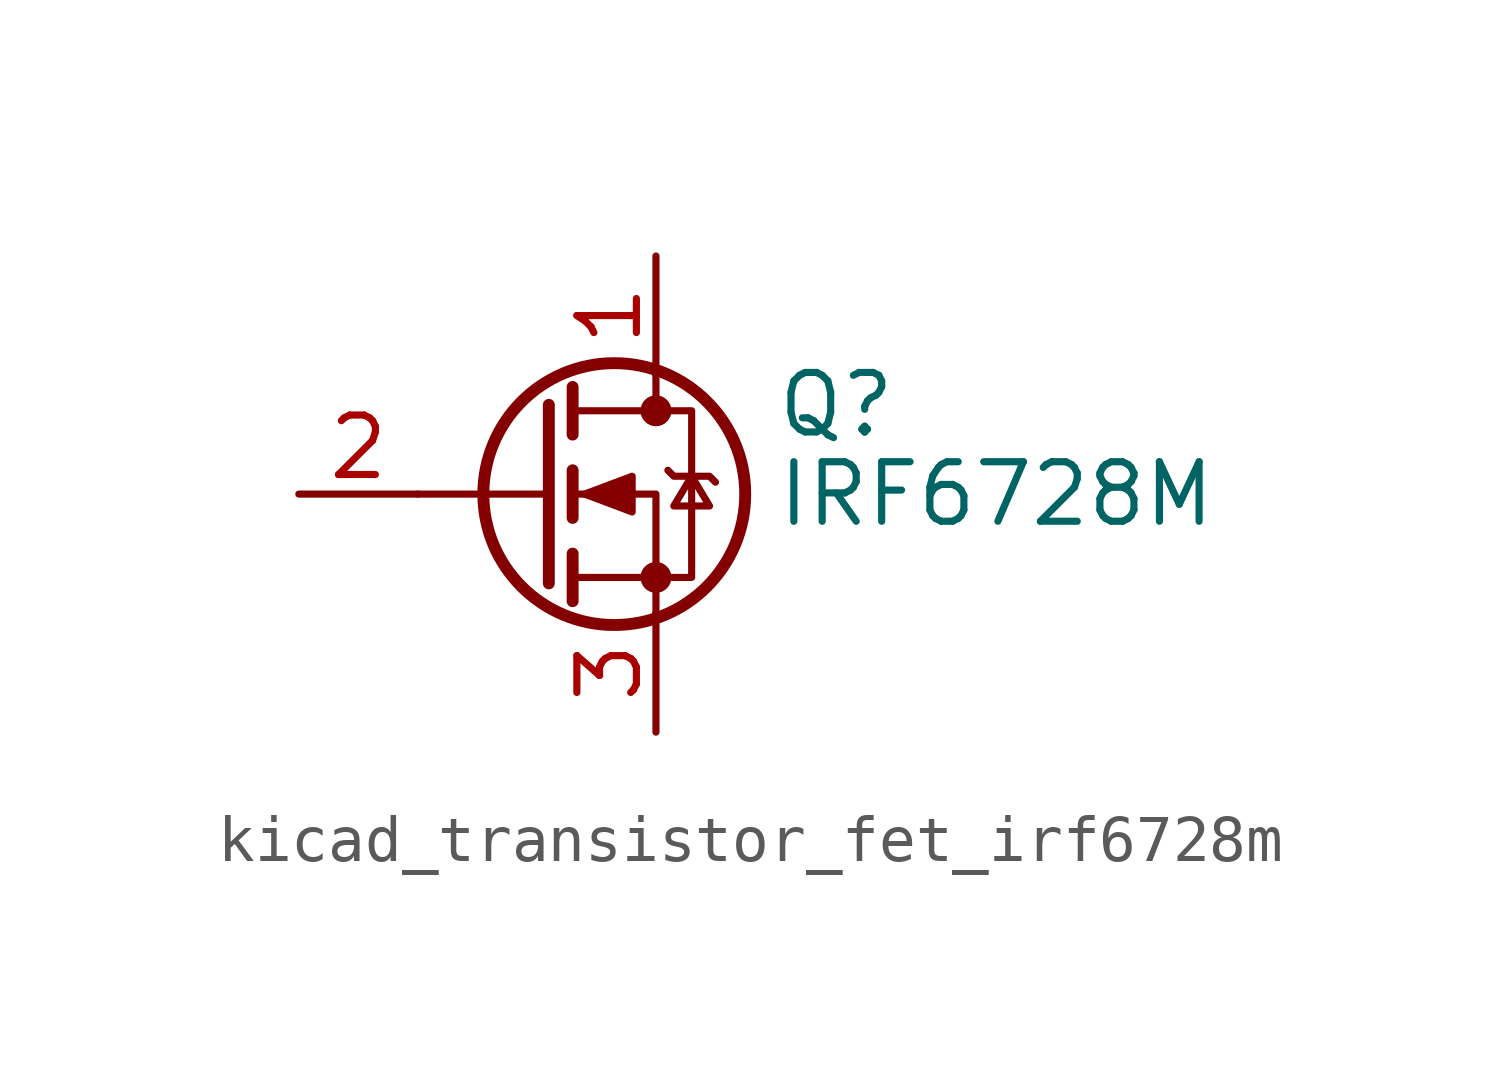
<source format=kicad_sym>
(kicad_symbol_lib
  (version 20220914)
  (generator kicad_symbol_editor)
  (symbol "kicad_transistor_fet_irf6728m"
    (pin_names hide)
    (property "Reference" "Q"
      (at 5.08 1.905 0)
      (effects (font (size 1.27 1.27)) (justify left)))
    (property "Value" "IRF6728M"
      (at 5.08 0 0)
      (effects (font (size 1.27 1.27)) (justify left)))
    (symbol "kicad_transistor_fet_irf6728m_0_1"
      (polyline (pts (xy 0.254 0) (xy -2.54 0)) (stroke (width 0) (type default)) (fill (type none)))
      (polyline (pts (xy 0.254 1.905) (xy 0.254 -1.905)) (stroke (width 0.254) (type default)) (fill (type none)))
      (polyline (pts (xy 0.762 -1.27) (xy 0.762 -2.286)) (stroke (width 0.254) (type default)) (fill (type none)))
      (polyline (pts (xy 0.762 0.508) (xy 0.762 -0.508)) (stroke (width 0.254) (type default)) (fill (type none)))
      (polyline (pts (xy 0.762 2.286) (xy 0.762 1.27)) (stroke (width 0.254) (type default)) (fill (type none)))
      (polyline (pts (xy 2.54 2.54) (xy 2.54 1.778)) (stroke (width 0) (type default)) (fill (type none)))
      (polyline (pts (xy 2.54 -2.54) (xy 2.54 0) (xy 0.762 0)) (stroke (width 0) (type default)) (fill (type none)))
      (polyline (pts (xy 0.762 -1.778) (xy 3.302 -1.778) (xy 3.302 1.778) (xy 0.762 1.778)) (stroke (width 0) (type default)) (fill (type none)))
      (polyline (pts (xy 1.016 0) (xy 2.032 0.381) (xy 2.032 -0.381) (xy 1.016 0)) (stroke (width 0) (type default)) (fill (type outline)))
      (polyline (pts (xy 2.794 0.508) (xy 2.921 0.381) (xy 3.683 0.381) (xy 3.81 0.254)) (stroke (width 0) (type default)) (fill (type none)))
      (polyline (pts (xy 3.302 0.381) (xy 2.921 -0.254) (xy 3.683 -0.254) (xy 3.302 0.381)) (stroke (width 0) (type default)) (fill (type none)))
      (circle (center 1.651 0) (radius 2.794) (stroke (width 0.254) (type default)) (fill (type none)))
      (circle (center 2.54 -1.778) (radius 0.254) (stroke (width 0) (type default)) (fill (type outline)))
      (circle (center 2.54 1.778) (radius 0.254) (stroke (width 0) (type default)) (fill (type outline))))
    (symbol "kicad_transistor_fet_irf6728m_1_1"
      (pin passive line (at 2.54 5.08 270) (length 2.54) (name "D" (effects (font (size 1.27 1.27)))) (number "1" (effects (font (size 1.27 1.27)))))
      (pin input line (at -5.08 0 0) (length 2.54) (name "G" (effects (font (size 1.27 1.27)))) (number "2" (effects (font (size 1.27 1.27)))))
      (pin passive line (at 2.54 -5.08 90) (length 2.54) (name "S" (effects (font (size 1.27 1.27)))) (number "3" (effects (font (size 1.27 1.27))))))))
</source>
